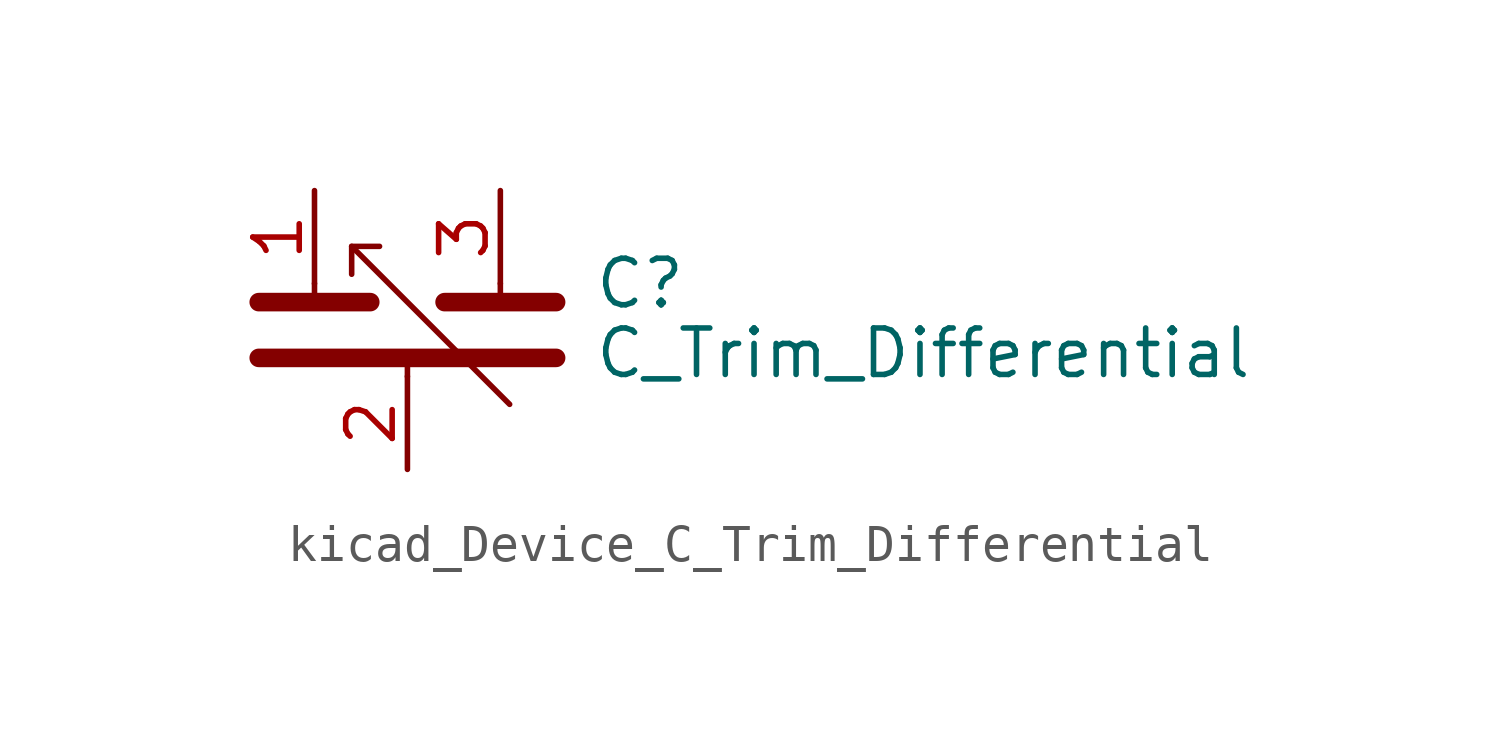
<source format=kicad_sym>
(kicad_symbol_lib
  (version 20220914)
  (generator kicad_symbol_editor)
  (symbol "kicad_Device_C_Trim_Differential"
    (pin_names
      (offset 0.254) hide)
    (property "Reference" "C"
      (at 5.08 1.27 0)
      (effects (font (size 1.27 1.27)) (justify left)))
    (property "Value" "C_Trim_Differential"
      (at 5.08 -0.635 0)
      (effects (font (size 1.27 1.27)) (justify left)))
    (symbol "kicad_Device_C_Trim_Differential_0_1"
      (polyline (pts (xy -4.064 -0.762) (xy 4.064 -0.762)) (stroke (width 0.508) (type default)) (fill (type none)))
      (polyline (pts (xy -4.064 0.762) (xy -1.016 0.762)) (stroke (width 0.508) (type default)) (fill (type none)))
      (polyline (pts (xy -2.54 1.27) (xy -2.54 0.762)) (stroke (width 0) (type default)) (fill (type none)))
      (polyline (pts (xy -1.524 2.286) (xy 2.794 -2.032)) (stroke (width 0) (type default)) (fill (type none)))
      (polyline (pts (xy 0 -1.27) (xy 0 -0.762)) (stroke (width 0) (type default)) (fill (type none)))
      (polyline (pts (xy 1.016 0.762) (xy 4.064 0.762)) (stroke (width 0.508) (type default)) (fill (type none)))
      (polyline (pts (xy 2.54 1.27) (xy 2.54 0.762)) (stroke (width 0) (type default)) (fill (type none)))
      (polyline (pts (xy -0.762 2.286) (xy -1.524 2.286) (xy -1.524 1.524)) (stroke (width 0) (type default)) (fill (type none))))
    (symbol "kicad_Device_C_Trim_Differential_1_1"
      (pin passive line (at -2.54 3.81 270) (length 2.54) (name "~" (effects (font (size 1.27 1.27)))) (number "1" (effects (font (size 1.27 1.27)))))
      (pin passive line (at 0 -3.81 90) (length 2.54) (name "~" (effects (font (size 1.27 1.27)))) (number "2" (effects (font (size 1.27 1.27)))))
      (pin passive line (at 2.54 3.81 270) (length 2.54) (name "~" (effects (font (size 1.27 1.27)))) (number "3" (effects (font (size 1.27 1.27))))))))
</source>
